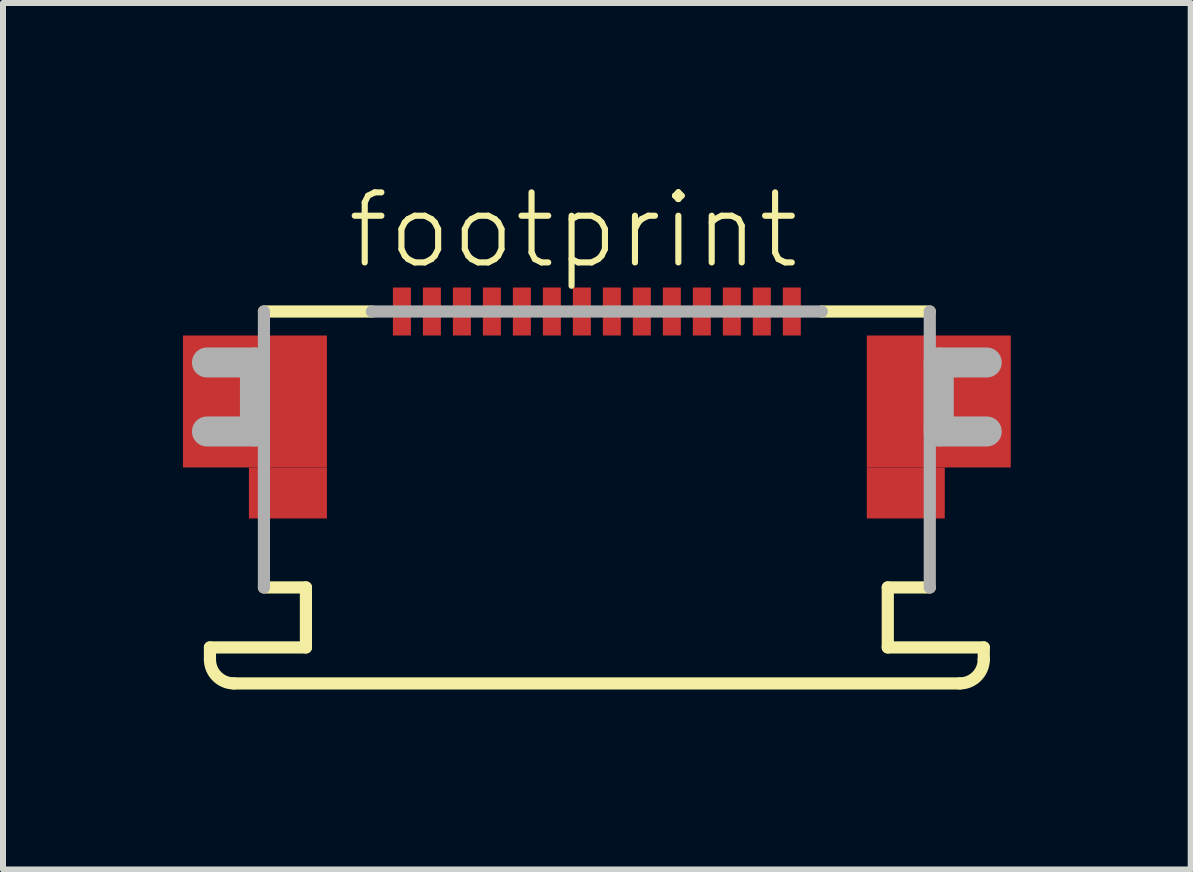
<source format=kicad_pcb>
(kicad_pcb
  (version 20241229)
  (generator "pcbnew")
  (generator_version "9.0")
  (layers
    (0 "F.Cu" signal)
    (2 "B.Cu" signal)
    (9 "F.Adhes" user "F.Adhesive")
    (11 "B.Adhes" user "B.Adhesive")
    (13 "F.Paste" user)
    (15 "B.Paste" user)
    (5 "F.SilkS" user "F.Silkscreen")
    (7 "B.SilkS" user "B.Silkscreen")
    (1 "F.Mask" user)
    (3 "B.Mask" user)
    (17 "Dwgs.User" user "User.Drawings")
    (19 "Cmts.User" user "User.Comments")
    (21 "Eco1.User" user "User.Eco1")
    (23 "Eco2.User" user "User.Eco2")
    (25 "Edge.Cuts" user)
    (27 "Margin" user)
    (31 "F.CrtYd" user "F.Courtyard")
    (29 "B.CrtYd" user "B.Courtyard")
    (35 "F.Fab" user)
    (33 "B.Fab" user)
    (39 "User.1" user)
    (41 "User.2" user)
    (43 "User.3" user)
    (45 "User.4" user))
  (footprint "footprint"
    (layer "F.Cu")
    (at 6.9 2.743)
    (property "Reference" "footprint" (at -4.215 -1.27 0) (layer "F.SilkS") (effects (font (size 1.168 1.168) (thickness 0.102)) (justify left bottom)))
    (fp_poly (pts (xy -6.9 2) (xy -4.5 2) (xy -4.5 -0.2) (xy -6.9 -0.2)) (stroke (width 0) (type solid)) (fill yes) (layer "F.Cu"))
    (fp_poly (pts (xy -5.8 2.85) (xy -4.5 2.85) (xy -4.5 2) (xy -5.8 2)) (stroke (width 0) (type solid)) (fill yes) (layer "F.Cu"))
    (fp_poly (pts (xy 4.5 2) (xy 6.9 2) (xy 6.9 -0.2) (xy 4.5 -0.2)) (stroke (width 0) (type solid)) (fill yes) (layer "F.Cu"))
    (fp_poly (pts (xy 4.5 2.85) (xy 5.8 2.85) (xy 5.8 2) (xy 4.5 2)) (stroke (width 0) (type solid)) (fill yes) (layer "F.Cu"))
    (fp_poly (pts (xy -6.9 2) (xy -4.5 2) (xy -4.5 -0.2) (xy -6.9 -0.2)) (stroke (width 0) (type solid)) (fill yes) (layer "F.Mask"))
    (fp_poly (pts (xy -5.8 2.85) (xy -4.5 2.85) (xy -4.5 2) (xy -5.8 2)) (stroke (width 0) (type solid)) (fill yes) (layer "F.Mask"))
    (fp_poly (pts (xy -3.425 -0.175) (xy -3.075 -0.175) (xy -3.075 -1.025) (xy -3.425 -1.025)) (stroke (width 0) (type solid)) (fill yes) (layer "F.Mask"))
    (fp_poly (pts (xy -2.925 -0.175) (xy -2.575 -0.175) (xy -2.575 -1.025) (xy -2.925 -1.025)) (stroke (width 0) (type solid)) (fill yes) (layer "F.Mask"))
    (fp_poly (pts (xy -2.425 -0.175) (xy -2.075 -0.175) (xy -2.075 -1.025) (xy -2.425 -1.025)) (stroke (width 0) (type solid)) (fill yes) (layer "F.Mask"))
    (fp_poly (pts (xy -1.925 -0.175) (xy -1.575 -0.175) (xy -1.575 -1.025) (xy -1.925 -1.025)) (stroke (width 0) (type solid)) (fill yes) (layer "F.Mask"))
    (fp_poly (pts (xy -1.425 -0.175) (xy -1.075 -0.175) (xy -1.075 -1.025) (xy -1.425 -1.025)) (stroke (width 0) (type solid)) (fill yes) (layer "F.Mask"))
    (fp_poly (pts (xy -0.925 -0.175) (xy -0.575 -0.175) (xy -0.575 -1.025) (xy -0.925 -1.025)) (stroke (width 0) (type solid)) (fill yes) (layer "F.Mask"))
    (fp_poly (pts (xy -0.425 -0.175) (xy -0.075 -0.175) (xy -0.075 -1.025) (xy -0.425 -1.025)) (stroke (width 0) (type solid)) (fill yes) (layer "F.Mask"))
    (fp_poly (pts (xy 0.075 -0.175) (xy 0.425 -0.175) (xy 0.425 -1.025) (xy 0.075 -1.025)) (stroke (width 0) (type solid)) (fill yes) (layer "F.Mask"))
    (fp_poly (pts (xy 0.575 -0.175) (xy 0.925 -0.175) (xy 0.925 -1.025) (xy 0.575 -1.025)) (stroke (width 0) (type solid)) (fill yes) (layer "F.Mask"))
    (fp_poly (pts (xy 1.075 -0.175) (xy 1.425 -0.175) (xy 1.425 -1.025) (xy 1.075 -1.025)) (stroke (width 0) (type solid)) (fill yes) (layer "F.Mask"))
    (fp_poly (pts (xy 1.575 -0.175) (xy 1.925 -0.175) (xy 1.925 -1.025) (xy 1.575 -1.025)) (stroke (width 0) (type solid)) (fill yes) (layer "F.Mask"))
    (fp_poly (pts (xy 2.075 -0.175) (xy 2.425 -0.175) (xy 2.425 -1.025) (xy 2.075 -1.025)) (stroke (width 0) (type solid)) (fill yes) (layer "F.Mask"))
    (fp_poly (pts (xy 2.575 -0.175) (xy 2.925 -0.175) (xy 2.925 -1.025) (xy 2.575 -1.025)) (stroke (width 0) (type solid)) (fill yes) (layer "F.Mask"))
    (fp_poly (pts (xy 3.075 -0.175) (xy 3.425 -0.175) (xy 3.425 -1.025) (xy 3.075 -1.025)) (stroke (width 0) (type solid)) (fill yes) (layer "F.Mask"))
    (fp_poly (pts (xy 4.5 2) (xy 6.9 2) (xy 6.9 -0.2) (xy 4.5 -0.2)) (stroke (width 0) (type solid)) (fill yes) (layer "F.Mask"))
    (fp_poly (pts (xy 4.5 2.85) (xy 5.8 2.85) (xy 5.8 2) (xy 4.5 2)) (stroke (width 0) (type solid)) (fill yes) (layer "F.Mask"))
    (fp_line (start -6.45 5) (end -4.85 5) (stroke (width 0.203) (type solid)) (layer "F.SilkS"))
    (fp_line (start -6.45 5.2) (end -6.45 5) (stroke (width 0.203) (type solid)) (layer "F.SilkS"))
    (fp_line (start -5.55 -0.6) (end -3.75 -0.6) (stroke (width 0.203) (type solid)) (layer "F.SilkS"))
    (fp_line (start -4.85 4) (end -5.55 4) (stroke (width 0.203) (type solid)) (layer "F.SilkS"))
    (fp_line (start -4.85 5) (end -4.85 4) (stroke (width 0.203) (type solid)) (layer "F.SilkS"))
    (fp_line (start 3.75 -0.6) (end 5.55 -0.6) (stroke (width 0.203) (type solid)) (layer "F.SilkS"))
    (fp_line (start 4.85 4) (end 4.85 5) (stroke (width 0.203) (type solid)) (layer "F.SilkS"))
    (fp_line (start 4.85 5) (end 6.45 5) (stroke (width 0.203) (type solid)) (layer "F.SilkS"))
    (fp_line (start 5.55 4) (end 4.85 4) (stroke (width 0.203) (type solid)) (layer "F.SilkS"))
    (fp_line (start 6.05 5.6) (end -6.05 5.6) (stroke (width 0.203) (type solid)) (layer "F.SilkS"))
    (fp_line (start 6.45 5) (end 6.45 5.2) (stroke (width 0.203) (type solid)) (layer "F.SilkS"))
    (fp_arc (start -6.05 5.6) (mid -6.332843 5.482843) (end -6.45 5.2) (stroke (width 0.2032) (type solid)) (layer "F.SilkS"))
    (fp_arc (start 6.45 5.2) (mid 6.332843 5.482843) (end 6.05 5.6) (stroke (width 0.2032) (type solid)) (layer "F.SilkS"))
    (fp_poly (pts (xy -6.775 1.9) (xy -4.6 1.9) (xy -4.6 -0.075) (xy -6.775 -0.075)) (stroke (width 0) (type solid)) (fill yes) (layer "F.Paste"))
    (fp_poly (pts (xy -5.7 2.75) (xy -4.6 2.75) (xy -4.6 1.9) (xy -5.7 1.9)) (stroke (width 0) (type solid)) (fill yes) (layer "F.Paste"))
    (fp_poly (pts (xy 4.6 1.9) (xy 6.775 1.9) (xy 6.775 -0.075) (xy 4.6 -0.075)) (stroke (width 0) (type solid)) (fill yes) (layer "F.Paste"))
    (fp_poly (pts (xy 4.6 2.75) (xy 5.7 2.75) (xy 5.7 1.9) (xy 4.6 1.9)) (stroke (width 0) (type solid)) (fill yes) (layer "F.Paste"))
    (fp_line (start -6.5 0.25) (end -5.7 0.25) (stroke (width 0.5) (type solid)) (layer "F.Fab"))
    (fp_line (start -5.7 0.25) (end -5.7 1.4) (stroke (width 0.5) (type solid)) (layer "F.Fab"))
    (fp_line (start -5.7 1.4) (end -6.5 1.4) (stroke (width 0.5) (type solid)) (layer "F.Fab"))
    (fp_line (start -5.55 4) (end -5.55 -0.6) (stroke (width 0.203) (type solid)) (layer "F.Fab"))
    (fp_line (start -3.75 -0.6) (end 3.75 -0.6) (stroke (width 0.203) (type solid)) (layer "F.Fab"))
    (fp_line (start 5.55 -0.6) (end 5.55 4) (stroke (width 0.203) (type solid)) (layer "F.Fab"))
    (fp_line (start 5.7 0.25) (end 6.5 0.25) (stroke (width 0.5) (type solid)) (layer "F.Fab"))
    (fp_line (start 5.7 1.4) (end 5.7 0.25) (stroke (width 0.5) (type solid)) (layer "F.Fab"))
    (fp_line (start 6.5 1.4) (end 5.7 1.4) (stroke (width 0.5) (type solid)) (layer "F.Fab"))
    (pad "1" smd rect (at -3.25 -0.6) (size 0.3 0.8) (layers "F.Cu" "F.Paste"))
    (pad "2" smd rect (at -2.75 -0.6) (size 0.3 0.8) (layers "F.Cu" "F.Paste"))
    (pad "3" smd rect (at -2.25 -0.6) (size 0.3 0.8) (layers "F.Cu" "F.Paste"))
    (pad "4" smd rect (at -1.75 -0.6) (size 0.3 0.8) (layers "F.Cu" "F.Paste"))
    (pad "5" smd rect (at -1.25 -0.6) (size 0.3 0.8) (layers "F.Cu" "F.Paste"))
    (pad "6" smd rect (at -0.75 -0.6) (size 0.3 0.8) (layers "F.Cu" "F.Paste"))
    (pad "7" smd rect (at -0.25 -0.6) (size 0.3 0.8) (layers "F.Cu" "F.Paste"))
    (pad "8" smd rect (at 0.25 -0.6) (size 0.3 0.8) (layers "F.Cu" "F.Paste"))
    (pad "9" smd rect (at 0.75 -0.6) (size 0.3 0.8) (layers "F.Cu" "F.Paste"))
    (pad "10" smd rect (at 1.25 -0.6) (size 0.3 0.8) (layers "F.Cu" "F.Paste"))
    (pad "11" smd rect (at 1.75 -0.6) (size 0.3 0.8) (layers "F.Cu" "F.Paste"))
    (pad "12" smd rect (at 2.25 -0.6) (size 0.3 0.8) (layers "F.Cu" "F.Paste"))
    (pad "13" smd rect (at 2.75 -0.6) (size 0.3 0.8) (layers "F.Cu" "F.Paste"))
    (pad "14" smd rect (at 3.25 -0.6) (size 0.3 0.8) (layers "F.Cu" "F.Paste")))
  (gr_rect
    (start -3 -3)
    (end 16.8 11.445)
    (stroke (width 0.1) (type default))
    (fill no)
    (layer "Edge.Cuts")))
</source>
